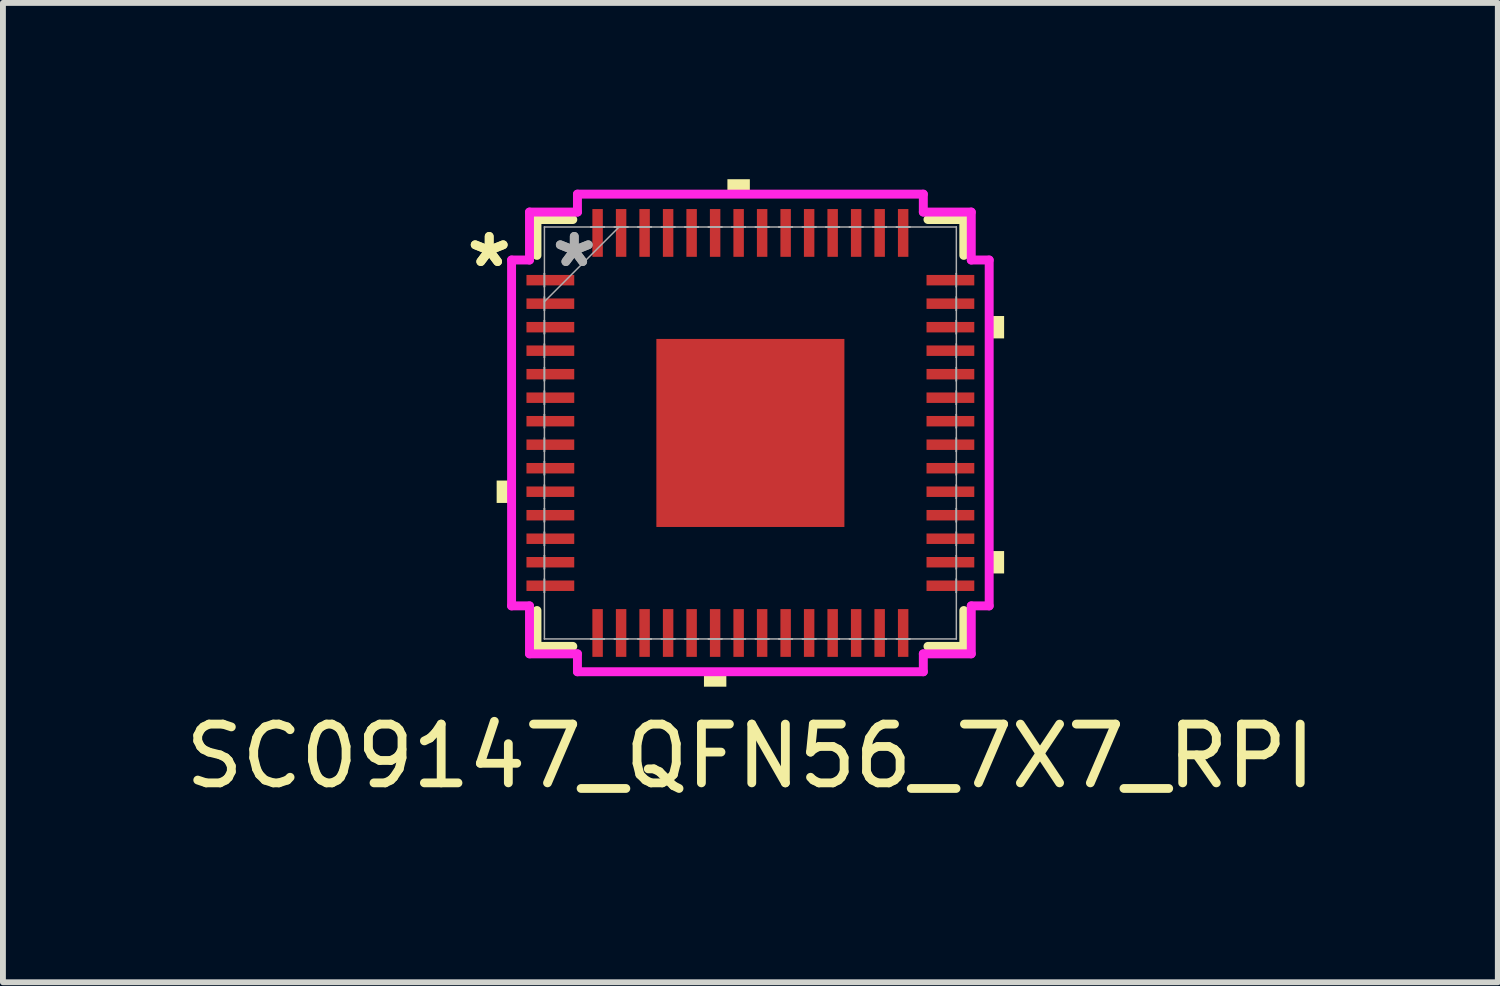
<source format=kicad_pcb>
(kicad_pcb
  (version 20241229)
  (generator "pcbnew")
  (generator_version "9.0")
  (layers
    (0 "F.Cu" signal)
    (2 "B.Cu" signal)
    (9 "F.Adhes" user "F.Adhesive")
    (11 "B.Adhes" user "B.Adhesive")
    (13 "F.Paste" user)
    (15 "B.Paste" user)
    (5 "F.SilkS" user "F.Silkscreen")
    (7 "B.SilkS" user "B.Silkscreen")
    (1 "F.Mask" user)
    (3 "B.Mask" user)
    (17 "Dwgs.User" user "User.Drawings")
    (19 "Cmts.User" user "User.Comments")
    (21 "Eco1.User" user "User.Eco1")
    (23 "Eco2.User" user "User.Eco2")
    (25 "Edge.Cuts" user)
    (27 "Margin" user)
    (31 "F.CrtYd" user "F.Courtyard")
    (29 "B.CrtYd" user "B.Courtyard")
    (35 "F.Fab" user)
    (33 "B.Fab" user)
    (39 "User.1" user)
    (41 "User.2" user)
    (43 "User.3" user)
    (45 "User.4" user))
  (footprint "SC09147_QFN56_7X7_RPI"
    (layer "F.Cu")
    (at 9.72 4.318)
    (property "Reference" "SC09147_QFN56_7X7_RPI" (at 0 5.5 0) (unlocked yes) (layer "F.SilkS") (effects (font (size 1 1) (thickness 0.15))))
    (attr smd)
    (fp_line (start -3.632 -3.632) (end -3.632 -3.022) (stroke (width 0.152) (type solid)) (layer "F.SilkS"))
    (fp_line (start -3.632 3.022) (end -3.632 3.632) (stroke (width 0.152) (type solid)) (layer "F.SilkS"))
    (fp_line (start -3.632 3.632) (end -3.022 3.632) (stroke (width 0.152) (type solid)) (layer "F.SilkS"))
    (fp_line (start -3.022 -3.632) (end -3.632 -3.632) (stroke (width 0.152) (type solid)) (layer "F.SilkS"))
    (fp_line (start 3.022 3.632) (end 3.632 3.632) (stroke (width 0.152) (type solid)) (layer "F.SilkS"))
    (fp_line (start 3.632 -3.632) (end 3.022 -3.632) (stroke (width 0.152) (type solid)) (layer "F.SilkS"))
    (fp_line (start 3.632 -3.022) (end 3.632 -3.632) (stroke (width 0.152) (type solid)) (layer "F.SilkS"))
    (fp_line (start 3.632 3.632) (end 3.632 3.022) (stroke (width 0.152) (type solid)) (layer "F.SilkS"))
    (fp_poly (pts (xy -4.318 0.81) (xy -4.318 1.191) (xy -4.064 1.191) (xy -4.064 0.81)) (stroke (width 0) (type solid)) (fill yes) (layer "F.SilkS"))
    (fp_poly (pts (xy -0.79 4.064) (xy -0.79 4.318) (xy -0.409 4.318) (xy -0.409 4.064)) (stroke (width 0) (type solid)) (fill yes) (layer "F.SilkS"))
    (fp_poly (pts (xy -0.391 -4.064) (xy -0.391 -4.318) (xy -0.009 -4.318) (xy -0.009 -4.064)) (stroke (width 0) (type solid)) (fill yes) (layer "F.SilkS"))
    (fp_poly (pts (xy 4.318 -1.99) (xy 4.318 -1.609) (xy 4.064 -1.609) (xy 4.064 -1.99)) (stroke (width 0) (type solid)) (fill yes) (layer "F.SilkS"))
    (fp_poly (pts (xy 4.318 2.01) (xy 4.318 2.391) (xy 4.064 2.391) (xy 4.064 2.01)) (stroke (width 0) (type solid)) (fill yes) (layer "F.SilkS"))
    (fp_poly (pts (xy -1.5 -1.5) (xy -1.5 -0.1) (xy -0.1 -0.1) (xy -0.1 -1.5)) (stroke (width 0) (type solid)) (fill yes) (layer "F.Paste"))
    (fp_poly (pts (xy -1.5 0.1) (xy -1.5 1.5) (xy -0.1 1.5) (xy -0.1 0.1)) (stroke (width 0) (type solid)) (fill yes) (layer "F.Paste"))
    (fp_poly (pts (xy 0.1 -1.5) (xy 0.1 -0.1) (xy 1.5 -0.1) (xy 1.5 -1.5)) (stroke (width 0) (type solid)) (fill yes) (layer "F.Paste"))
    (fp_poly (pts (xy 0.1 0.1) (xy 0.1 1.5) (xy 1.5 1.5) (xy 1.5 0.1)) (stroke (width 0) (type solid)) (fill yes) (layer "F.Paste"))
    (fp_line (start -4.064 -2.943) (end -3.759 -2.943) (stroke (width 0.152) (type solid)) (layer "F.CrtYd"))
    (fp_line (start -4.064 2.943) (end -4.064 -2.943) (stroke (width 0.152) (type solid)) (layer "F.CrtYd"))
    (fp_line (start -3.759 -3.759) (end -2.943 -3.759) (stroke (width 0.152) (type solid)) (layer "F.CrtYd"))
    (fp_line (start -3.759 -2.943) (end -3.759 -3.759) (stroke (width 0.152) (type solid)) (layer "F.CrtYd"))
    (fp_line (start -3.759 2.943) (end -4.064 2.943) (stroke (width 0.152) (type solid)) (layer "F.CrtYd"))
    (fp_line (start -3.759 3.759) (end -3.759 2.943) (stroke (width 0.152) (type solid)) (layer "F.CrtYd"))
    (fp_line (start -2.943 -4.064) (end 2.943 -4.064) (stroke (width 0.152) (type solid)) (layer "F.CrtYd"))
    (fp_line (start -2.943 -3.759) (end -2.943 -4.064) (stroke (width 0.152) (type solid)) (layer "F.CrtYd"))
    (fp_line (start -2.943 3.759) (end -3.759 3.759) (stroke (width 0.152) (type solid)) (layer "F.CrtYd"))
    (fp_line (start -2.943 4.064) (end -2.943 3.759) (stroke (width 0.152) (type solid)) (layer "F.CrtYd"))
    (fp_line (start 2.943 -4.064) (end 2.943 -3.759) (stroke (width 0.152) (type solid)) (layer "F.CrtYd"))
    (fp_line (start 2.943 -3.759) (end 3.759 -3.759) (stroke (width 0.152) (type solid)) (layer "F.CrtYd"))
    (fp_line (start 2.943 3.759) (end 2.943 4.064) (stroke (width 0.152) (type solid)) (layer "F.CrtYd"))
    (fp_line (start 2.943 4.064) (end -2.943 4.064) (stroke (width 0.152) (type solid)) (layer "F.CrtYd"))
    (fp_line (start 3.759 -3.759) (end 3.759 -2.943) (stroke (width 0.152) (type solid)) (layer "F.CrtYd"))
    (fp_line (start 3.759 -2.943) (end 4.064 -2.943) (stroke (width 0.152) (type solid)) (layer "F.CrtYd"))
    (fp_line (start 3.759 2.943) (end 3.759 3.759) (stroke (width 0.152) (type solid)) (layer "F.CrtYd"))
    (fp_line (start 3.759 3.759) (end 2.943 3.759) (stroke (width 0.152) (type solid)) (layer "F.CrtYd"))
    (fp_line (start 4.064 -2.943) (end 4.064 2.943) (stroke (width 0.152) (type solid)) (layer "F.CrtYd"))
    (fp_line (start 4.064 2.943) (end 3.759 2.943) (stroke (width 0.152) (type solid)) (layer "F.CrtYd"))
    (fp_line (start -3.505 -3.505) (end -3.505 -3.505) (stroke (width 0.025) (type solid)) (layer "F.Fab"))
    (fp_line (start -3.505 -3.505) (end -3.505 3.505) (stroke (width 0.025) (type solid)) (layer "F.Fab"))
    (fp_line (start -3.505 -2.714) (end -3.505 -2.714) (stroke (width 0.025) (type solid)) (layer "F.Fab"))
    (fp_line (start -3.505 -2.714) (end -3.505 -2.486) (stroke (width 0.025) (type solid)) (layer "F.Fab"))
    (fp_line (start -3.505 -2.486) (end -3.505 -2.714) (stroke (width 0.025) (type solid)) (layer "F.Fab"))
    (fp_line (start -3.505 -2.486) (end -3.505 -2.486) (stroke (width 0.025) (type solid)) (layer "F.Fab"))
    (fp_line (start -3.505 -2.314) (end -3.505 -2.314) (stroke (width 0.025) (type solid)) (layer "F.Fab"))
    (fp_line (start -3.505 -2.314) (end -3.505 -2.086) (stroke (width 0.025) (type solid)) (layer "F.Fab"))
    (fp_line (start -3.505 -2.235) (end -2.235 -3.505) (stroke (width 0.025) (type solid)) (layer "F.Fab"))
    (fp_line (start -3.505 -2.086) (end -3.505 -2.314) (stroke (width 0.025) (type solid)) (layer "F.Fab"))
    (fp_line (start -3.505 -2.086) (end -3.505 -2.086) (stroke (width 0.025) (type solid)) (layer "F.Fab"))
    (fp_line (start -3.505 -1.914) (end -3.505 -1.914) (stroke (width 0.025) (type solid)) (layer "F.Fab"))
    (fp_line (start -3.505 -1.914) (end -3.505 -1.686) (stroke (width 0.025) (type solid)) (layer "F.Fab"))
    (fp_line (start -3.505 -1.686) (end -3.505 -1.914) (stroke (width 0.025) (type solid)) (layer "F.Fab"))
    (fp_line (start -3.505 -1.686) (end -3.505 -1.686) (stroke (width 0.025) (type solid)) (layer "F.Fab"))
    (fp_line (start -3.505 -1.514) (end -3.505 -1.514) (stroke (width 0.025) (type solid)) (layer "F.Fab"))
    (fp_line (start -3.505 -1.514) (end -3.505 -1.286) (stroke (width 0.025) (type solid)) (layer "F.Fab"))
    (fp_line (start -3.505 -1.286) (end -3.505 -1.514) (stroke (width 0.025) (type solid)) (layer "F.Fab"))
    (fp_line (start -3.505 -1.286) (end -3.505 -1.286) (stroke (width 0.025) (type solid)) (layer "F.Fab"))
    (fp_line (start -3.505 -1.114) (end -3.505 -1.114) (stroke (width 0.025) (type solid)) (layer "F.Fab"))
    (fp_line (start -3.505 -1.114) (end -3.505 -0.886) (stroke (width 0.025) (type solid)) (layer "F.Fab"))
    (fp_line (start -3.505 -0.886) (end -3.505 -1.114) (stroke (width 0.025) (type solid)) (layer "F.Fab"))
    (fp_line (start -3.505 -0.886) (end -3.505 -0.886) (stroke (width 0.025) (type solid)) (layer "F.Fab"))
    (fp_line (start -3.505 -0.714) (end -3.505 -0.714) (stroke (width 0.025) (type solid)) (layer "F.Fab"))
    (fp_line (start -3.505 -0.714) (end -3.505 -0.486) (stroke (width 0.025) (type solid)) (layer "F.Fab"))
    (fp_line (start -3.505 -0.486) (end -3.505 -0.714) (stroke (width 0.025) (type solid)) (layer "F.Fab"))
    (fp_line (start -3.505 -0.486) (end -3.505 -0.486) (stroke (width 0.025) (type solid)) (layer "F.Fab"))
    (fp_line (start -3.505 -0.314) (end -3.505 -0.314) (stroke (width 0.025) (type solid)) (layer "F.Fab"))
    (fp_line (start -3.505 -0.314) (end -3.505 -0.086) (stroke (width 0.025) (type solid)) (layer "F.Fab"))
    (fp_line (start -3.505 -0.086) (end -3.505 -0.314) (stroke (width 0.025) (type solid)) (layer "F.Fab"))
    (fp_line (start -3.505 -0.086) (end -3.505 -0.086) (stroke (width 0.025) (type solid)) (layer "F.Fab"))
    (fp_line (start -3.505 0.086) (end -3.505 0.086) (stroke (width 0.025) (type solid)) (layer "F.Fab"))
    (fp_line (start -3.505 0.086) (end -3.505 0.314) (stroke (width 0.025) (type solid)) (layer "F.Fab"))
    (fp_line (start -3.505 0.314) (end -3.505 0.086) (stroke (width 0.025) (type solid)) (layer "F.Fab"))
    (fp_line (start -3.505 0.314) (end -3.505 0.314) (stroke (width 0.025) (type solid)) (layer "F.Fab"))
    (fp_line (start -3.505 0.486) (end -3.505 0.486) (stroke (width 0.025) (type solid)) (layer "F.Fab"))
    (fp_line (start -3.505 0.486) (end -3.505 0.714) (stroke (width 0.025) (type solid)) (layer "F.Fab"))
    (fp_line (start -3.505 0.714) (end -3.505 0.486) (stroke (width 0.025) (type solid)) (layer "F.Fab"))
    (fp_line (start -3.505 0.714) (end -3.505 0.714) (stroke (width 0.025) (type solid)) (layer "F.Fab"))
    (fp_line (start -3.505 0.886) (end -3.505 0.886) (stroke (width 0.025) (type solid)) (layer "F.Fab"))
    (fp_line (start -3.505 0.886) (end -3.505 1.114) (stroke (width 0.025) (type solid)) (layer "F.Fab"))
    (fp_line (start -3.505 1.114) (end -3.505 0.886) (stroke (width 0.025) (type solid)) (layer "F.Fab"))
    (fp_line (start -3.505 1.114) (end -3.505 1.114) (stroke (width 0.025) (type solid)) (layer "F.Fab"))
    (fp_line (start -3.505 1.286) (end -3.505 1.286) (stroke (width 0.025) (type solid)) (layer "F.Fab"))
    (fp_line (start -3.505 1.286) (end -3.505 1.514) (stroke (width 0.025) (type solid)) (layer "F.Fab"))
    (fp_line (start -3.505 1.514) (end -3.505 1.286) (stroke (width 0.025) (type solid)) (layer "F.Fab"))
    (fp_line (start -3.505 1.514) (end -3.505 1.514) (stroke (width 0.025) (type solid)) (layer "F.Fab"))
    (fp_line (start -3.505 1.686) (end -3.505 1.686) (stroke (width 0.025) (type solid)) (layer "F.Fab"))
    (fp_line (start -3.505 1.686) (end -3.505 1.914) (stroke (width 0.025) (type solid)) (layer "F.Fab"))
    (fp_line (start -3.505 1.914) (end -3.505 1.686) (stroke (width 0.025) (type solid)) (layer "F.Fab"))
    (fp_line (start -3.505 1.914) (end -3.505 1.914) (stroke (width 0.025) (type solid)) (layer "F.Fab"))
    (fp_line (start -3.505 2.086) (end -3.505 2.086) (stroke (width 0.025) (type solid)) (layer "F.Fab"))
    (fp_line (start -3.505 2.086) (end -3.505 2.314) (stroke (width 0.025) (type solid)) (layer "F.Fab"))
    (fp_line (start -3.505 2.314) (end -3.505 2.086) (stroke (width 0.025) (type solid)) (layer "F.Fab"))
    (fp_line (start -3.505 2.314) (end -3.505 2.314) (stroke (width 0.025) (type solid)) (layer "F.Fab"))
    (fp_line (start -3.505 2.486) (end -3.505 2.486) (stroke (width 0.025) (type solid)) (layer "F.Fab"))
    (fp_line (start -3.505 2.486) (end -3.505 2.714) (stroke (width 0.025) (type solid)) (layer "F.Fab"))
    (fp_line (start -3.505 2.714) (end -3.505 2.486) (stroke (width 0.025) (type solid)) (layer "F.Fab"))
    (fp_line (start -3.505 2.714) (end -3.505 2.714) (stroke (width 0.025) (type solid)) (layer "F.Fab"))
    (fp_line (start -3.505 3.505) (end -3.505 3.505) (stroke (width 0.025) (type solid)) (layer "F.Fab"))
    (fp_line (start -3.505 3.505) (end 3.505 3.505) (stroke (width 0.025) (type solid)) (layer "F.Fab"))
    (fp_line (start -2.714 -3.505) (end -2.714 -3.505) (stroke (width 0.025) (type solid)) (layer "F.Fab"))
    (fp_line (start -2.714 -3.505) (end -2.486 -3.505) (stroke (width 0.025) (type solid)) (layer "F.Fab"))
    (fp_line (start -2.714 3.505) (end -2.714 3.505) (stroke (width 0.025) (type solid)) (layer "F.Fab"))
    (fp_line (start -2.714 3.505) (end -2.486 3.505) (stroke (width 0.025) (type solid)) (layer "F.Fab"))
    (fp_line (start -2.486 -3.505) (end -2.714 -3.505) (stroke (width 0.025) (type solid)) (layer "F.Fab"))
    (fp_line (start -2.486 -3.505) (end -2.486 -3.505) (stroke (width 0.025) (type solid)) (layer "F.Fab"))
    (fp_line (start -2.486 3.505) (end -2.714 3.505) (stroke (width 0.025) (type solid)) (layer "F.Fab"))
    (fp_line (start -2.486 3.505) (end -2.486 3.505) (stroke (width 0.025) (type solid)) (layer "F.Fab"))
    (fp_line (start -2.314 -3.505) (end -2.314 -3.505) (stroke (width 0.025) (type solid)) (layer "F.Fab"))
    (fp_line (start -2.314 -3.505) (end -2.086 -3.505) (stroke (width 0.025) (type solid)) (layer "F.Fab"))
    (fp_line (start -2.314 3.505) (end -2.314 3.505) (stroke (width 0.025) (type solid)) (layer "F.Fab"))
    (fp_line (start -2.314 3.505) (end -2.086 3.505) (stroke (width 0.025) (type solid)) (layer "F.Fab"))
    (fp_line (start -2.086 -3.505) (end -2.314 -3.505) (stroke (width 0.025) (type solid)) (layer "F.Fab"))
    (fp_line (start -2.086 -3.505) (end -2.086 -3.505) (stroke (width 0.025) (type solid)) (layer "F.Fab"))
    (fp_line (start -2.086 3.505) (end -2.314 3.505) (stroke (width 0.025) (type solid)) (layer "F.Fab"))
    (fp_line (start -2.086 3.505) (end -2.086 3.505) (stroke (width 0.025) (type solid)) (layer "F.Fab"))
    (fp_line (start -1.914 -3.505) (end -1.914 -3.505) (stroke (width 0.025) (type solid)) (layer "F.Fab"))
    (fp_line (start -1.914 -3.505) (end -1.686 -3.505) (stroke (width 0.025) (type solid)) (layer "F.Fab"))
    (fp_line (start -1.914 3.505) (end -1.914 3.505) (stroke (width 0.025) (type solid)) (layer "F.Fab"))
    (fp_line (start -1.914 3.505) (end -1.686 3.505) (stroke (width 0.025) (type solid)) (layer "F.Fab"))
    (fp_line (start -1.686 -3.505) (end -1.914 -3.505) (stroke (width 0.025) (type solid)) (layer "F.Fab"))
    (fp_line (start -1.686 -3.505) (end -1.686 -3.505) (stroke (width 0.025) (type solid)) (layer "F.Fab"))
    (fp_line (start -1.686 3.505) (end -1.914 3.505) (stroke (width 0.025) (type solid)) (layer "F.Fab"))
    (fp_line (start -1.686 3.505) (end -1.686 3.505) (stroke (width 0.025) (type solid)) (layer "F.Fab"))
    (fp_line (start -1.514 -3.505) (end -1.514 -3.505) (stroke (width 0.025) (type solid)) (layer "F.Fab"))
    (fp_line (start -1.514 -3.505) (end -1.286 -3.505) (stroke (width 0.025) (type solid)) (layer "F.Fab"))
    (fp_line (start -1.514 3.505) (end -1.514 3.505) (stroke (width 0.025) (type solid)) (layer "F.Fab"))
    (fp_line (start -1.514 3.505) (end -1.286 3.505) (stroke (width 0.025) (type solid)) (layer "F.Fab"))
    (fp_line (start -1.286 -3.505) (end -1.514 -3.505) (stroke (width 0.025) (type solid)) (layer "F.Fab"))
    (fp_line (start -1.286 -3.505) (end -1.286 -3.505) (stroke (width 0.025) (type solid)) (layer "F.Fab"))
    (fp_line (start -1.286 3.505) (end -1.514 3.505) (stroke (width 0.025) (type solid)) (layer "F.Fab"))
    (fp_line (start -1.286 3.505) (end -1.286 3.505) (stroke (width 0.025) (type solid)) (layer "F.Fab"))
    (fp_line (start -1.114 -3.505) (end -1.114 -3.505) (stroke (width 0.025) (type solid)) (layer "F.Fab"))
    (fp_line (start -1.114 -3.505) (end -0.886 -3.505) (stroke (width 0.025) (type solid)) (layer "F.Fab"))
    (fp_line (start -1.114 3.505) (end -1.114 3.505) (stroke (width 0.025) (type solid)) (layer "F.Fab"))
    (fp_line (start -1.114 3.505) (end -0.886 3.505) (stroke (width 0.025) (type solid)) (layer "F.Fab"))
    (fp_line (start -0.886 -3.505) (end -1.114 -3.505) (stroke (width 0.025) (type solid)) (layer "F.Fab"))
    (fp_line (start -0.886 -3.505) (end -0.886 -3.505) (stroke (width 0.025) (type solid)) (layer "F.Fab"))
    (fp_line (start -0.886 3.505) (end -1.114 3.505) (stroke (width 0.025) (type solid)) (layer "F.Fab"))
    (fp_line (start -0.886 3.505) (end -0.886 3.505) (stroke (width 0.025) (type solid)) (layer "F.Fab"))
    (fp_line (start -0.714 -3.505) (end -0.714 -3.505) (stroke (width 0.025) (type solid)) (layer "F.Fab"))
    (fp_line (start -0.714 -3.505) (end -0.486 -3.505) (stroke (width 0.025) (type solid)) (layer "F.Fab"))
    (fp_line (start -0.714 3.505) (end -0.714 3.505) (stroke (width 0.025) (type solid)) (layer "F.Fab"))
    (fp_line (start -0.714 3.505) (end -0.486 3.505) (stroke (width 0.025) (type solid)) (layer "F.Fab"))
    (fp_line (start -0.486 -3.505) (end -0.714 -3.505) (stroke (width 0.025) (type solid)) (layer "F.Fab"))
    (fp_line (start -0.486 -3.505) (end -0.486 -3.505) (stroke (width 0.025) (type solid)) (layer "F.Fab"))
    (fp_line (start -0.486 3.505) (end -0.714 3.505) (stroke (width 0.025) (type solid)) (layer "F.Fab"))
    (fp_line (start -0.486 3.505) (end -0.486 3.505) (stroke (width 0.025) (type solid)) (layer "F.Fab"))
    (fp_line (start -0.314 -3.505) (end -0.314 -3.505) (stroke (width 0.025) (type solid)) (layer "F.Fab"))
    (fp_line (start -0.314 -3.505) (end -0.086 -3.505) (stroke (width 0.025) (type solid)) (layer "F.Fab"))
    (fp_line (start -0.314 3.505) (end -0.314 3.505) (stroke (width 0.025) (type solid)) (layer "F.Fab"))
    (fp_line (start -0.314 3.505) (end -0.086 3.505) (stroke (width 0.025) (type solid)) (layer "F.Fab"))
    (fp_line (start -0.086 -3.505) (end -0.314 -3.505) (stroke (width 0.025) (type solid)) (layer "F.Fab"))
    (fp_line (start -0.086 -3.505) (end -0.086 -3.505) (stroke (width 0.025) (type solid)) (layer "F.Fab"))
    (fp_line (start -0.086 3.505) (end -0.314 3.505) (stroke (width 0.025) (type solid)) (layer "F.Fab"))
    (fp_line (start -0.086 3.505) (end -0.086 3.505) (stroke (width 0.025) (type solid)) (layer "F.Fab"))
    (fp_line (start 0.086 -3.505) (end 0.086 -3.505) (stroke (width 0.025) (type solid)) (layer "F.Fab"))
    (fp_line (start 0.086 -3.505) (end 0.314 -3.505) (stroke (width 0.025) (type solid)) (layer "F.Fab"))
    (fp_line (start 0.086 3.505) (end 0.086 3.505) (stroke (width 0.025) (type solid)) (layer "F.Fab"))
    (fp_line (start 0.086 3.505) (end 0.314 3.505) (stroke (width 0.025) (type solid)) (layer "F.Fab"))
    (fp_line (start 0.314 -3.505) (end 0.086 -3.505) (stroke (width 0.025) (type solid)) (layer "F.Fab"))
    (fp_line (start 0.314 -3.505) (end 0.314 -3.505) (stroke (width 0.025) (type solid)) (layer "F.Fab"))
    (fp_line (start 0.314 3.505) (end 0.086 3.505) (stroke (width 0.025) (type solid)) (layer "F.Fab"))
    (fp_line (start 0.314 3.505) (end 0.314 3.505) (stroke (width 0.025) (type solid)) (layer "F.Fab"))
    (fp_line (start 0.486 -3.505) (end 0.486 -3.505) (stroke (width 0.025) (type solid)) (layer "F.Fab"))
    (fp_line (start 0.486 -3.505) (end 0.714 -3.505) (stroke (width 0.025) (type solid)) (layer "F.Fab"))
    (fp_line (start 0.486 3.505) (end 0.486 3.505) (stroke (width 0.025) (type solid)) (layer "F.Fab"))
    (fp_line (start 0.486 3.505) (end 0.714 3.505) (stroke (width 0.025) (type solid)) (layer "F.Fab"))
    (fp_line (start 0.714 -3.505) (end 0.486 -3.505) (stroke (width 0.025) (type solid)) (layer "F.Fab"))
    (fp_line (start 0.714 -3.505) (end 0.714 -3.505) (stroke (width 0.025) (type solid)) (layer "F.Fab"))
    (fp_line (start 0.714 3.505) (end 0.486 3.505) (stroke (width 0.025) (type solid)) (layer "F.Fab"))
    (fp_line (start 0.714 3.505) (end 0.714 3.505) (stroke (width 0.025) (type solid)) (layer "F.Fab"))
    (fp_line (start 0.886 -3.505) (end 0.886 -3.505) (stroke (width 0.025) (type solid)) (layer "F.Fab"))
    (fp_line (start 0.886 -3.505) (end 1.114 -3.505) (stroke (width 0.025) (type solid)) (layer "F.Fab"))
    (fp_line (start 0.886 3.505) (end 0.886 3.505) (stroke (width 0.025) (type solid)) (layer "F.Fab"))
    (fp_line (start 0.886 3.505) (end 1.114 3.505) (stroke (width 0.025) (type solid)) (layer "F.Fab"))
    (fp_line (start 1.114 -3.505) (end 0.886 -3.505) (stroke (width 0.025) (type solid)) (layer "F.Fab"))
    (fp_line (start 1.114 -3.505) (end 1.114 -3.505) (stroke (width 0.025) (type solid)) (layer "F.Fab"))
    (fp_line (start 1.114 3.505) (end 0.886 3.505) (stroke (width 0.025) (type solid)) (layer "F.Fab"))
    (fp_line (start 1.114 3.505) (end 1.114 3.505) (stroke (width 0.025) (type solid)) (layer "F.Fab"))
    (fp_line (start 1.286 -3.505) (end 1.286 -3.505) (stroke (width 0.025) (type solid)) (layer "F.Fab"))
    (fp_line (start 1.286 -3.505) (end 1.514 -3.505) (stroke (width 0.025) (type solid)) (layer "F.Fab"))
    (fp_line (start 1.286 3.505) (end 1.286 3.505) (stroke (width 0.025) (type solid)) (layer "F.Fab"))
    (fp_line (start 1.286 3.505) (end 1.514 3.505) (stroke (width 0.025) (type solid)) (layer "F.Fab"))
    (fp_line (start 1.514 -3.505) (end 1.286 -3.505) (stroke (width 0.025) (type solid)) (layer "F.Fab"))
    (fp_line (start 1.514 -3.505) (end 1.514 -3.505) (stroke (width 0.025) (type solid)) (layer "F.Fab"))
    (fp_line (start 1.514 3.505) (end 1.286 3.505) (stroke (width 0.025) (type solid)) (layer "F.Fab"))
    (fp_line (start 1.514 3.505) (end 1.514 3.505) (stroke (width 0.025) (type solid)) (layer "F.Fab"))
    (fp_line (start 1.686 -3.505) (end 1.686 -3.505) (stroke (width 0.025) (type solid)) (layer "F.Fab"))
    (fp_line (start 1.686 -3.505) (end 1.914 -3.505) (stroke (width 0.025) (type solid)) (layer "F.Fab"))
    (fp_line (start 1.686 3.505) (end 1.686 3.505) (stroke (width 0.025) (type solid)) (layer "F.Fab"))
    (fp_line (start 1.686 3.505) (end 1.914 3.505) (stroke (width 0.025) (type solid)) (layer "F.Fab"))
    (fp_line (start 1.914 -3.505) (end 1.686 -3.505) (stroke (width 0.025) (type solid)) (layer "F.Fab"))
    (fp_line (start 1.914 -3.505) (end 1.914 -3.505) (stroke (width 0.025) (type solid)) (layer "F.Fab"))
    (fp_line (start 1.914 3.505) (end 1.686 3.505) (stroke (width 0.025) (type solid)) (layer "F.Fab"))
    (fp_line (start 1.914 3.505) (end 1.914 3.505) (stroke (width 0.025) (type solid)) (layer "F.Fab"))
    (fp_line (start 2.086 -3.505) (end 2.086 -3.505) (stroke (width 0.025) (type solid)) (layer "F.Fab"))
    (fp_line (start 2.086 -3.505) (end 2.314 -3.505) (stroke (width 0.025) (type solid)) (layer "F.Fab"))
    (fp_line (start 2.086 3.505) (end 2.086 3.505) (stroke (width 0.025) (type solid)) (layer "F.Fab"))
    (fp_line (start 2.086 3.505) (end 2.314 3.505) (stroke (width 0.025) (type solid)) (layer "F.Fab"))
    (fp_line (start 2.314 -3.505) (end 2.086 -3.505) (stroke (width 0.025) (type solid)) (layer "F.Fab"))
    (fp_line (start 2.314 -3.505) (end 2.314 -3.505) (stroke (width 0.025) (type solid)) (layer "F.Fab"))
    (fp_line (start 2.314 3.505) (end 2.086 3.505) (stroke (width 0.025) (type solid)) (layer "F.Fab"))
    (fp_line (start 2.314 3.505) (end 2.314 3.505) (stroke (width 0.025) (type solid)) (layer "F.Fab"))
    (fp_line (start 2.486 -3.505) (end 2.486 -3.505) (stroke (width 0.025) (type solid)) (layer "F.Fab"))
    (fp_line (start 2.486 -3.505) (end 2.714 -3.505) (stroke (width 0.025) (type solid)) (layer "F.Fab"))
    (fp_line (start 2.486 3.505) (end 2.486 3.505) (stroke (width 0.025) (type solid)) (layer "F.Fab"))
    (fp_line (start 2.486 3.505) (end 2.714 3.505) (stroke (width 0.025) (type solid)) (layer "F.Fab"))
    (fp_line (start 2.714 -3.505) (end 2.486 -3.505) (stroke (width 0.025) (type solid)) (layer "F.Fab"))
    (fp_line (start 2.714 -3.505) (end 2.714 -3.505) (stroke (width 0.025) (type solid)) (layer "F.Fab"))
    (fp_line (start 2.714 3.505) (end 2.486 3.505) (stroke (width 0.025) (type solid)) (layer "F.Fab"))
    (fp_line (start 2.714 3.505) (end 2.714 3.505) (stroke (width 0.025) (type solid)) (layer "F.Fab"))
    (fp_line (start 3.505 -3.505) (end -3.505 -3.505) (stroke (width 0.025) (type solid)) (layer "F.Fab"))
    (fp_line (start 3.505 -3.505) (end 3.505 -3.505) (stroke (width 0.025) (type solid)) (layer "F.Fab"))
    (fp_line (start 3.505 -2.714) (end 3.505 -2.714) (stroke (width 0.025) (type solid)) (layer "F.Fab"))
    (fp_line (start 3.505 -2.714) (end 3.505 -2.486) (stroke (width 0.025) (type solid)) (layer "F.Fab"))
    (fp_line (start 3.505 -2.486) (end 3.505 -2.714) (stroke (width 0.025) (type solid)) (layer "F.Fab"))
    (fp_line (start 3.505 -2.486) (end 3.505 -2.486) (stroke (width 0.025) (type solid)) (layer "F.Fab"))
    (fp_line (start 3.505 -2.314) (end 3.505 -2.314) (stroke (width 0.025) (type solid)) (layer "F.Fab"))
    (fp_line (start 3.505 -2.314) (end 3.505 -2.086) (stroke (width 0.025) (type solid)) (layer "F.Fab"))
    (fp_line (start 3.505 -2.086) (end 3.505 -2.314) (stroke (width 0.025) (type solid)) (layer "F.Fab"))
    (fp_line (start 3.505 -2.086) (end 3.505 -2.086) (stroke (width 0.025) (type solid)) (layer "F.Fab"))
    (fp_line (start 3.505 -1.914) (end 3.505 -1.914) (stroke (width 0.025) (type solid)) (layer "F.Fab"))
    (fp_line (start 3.505 -1.914) (end 3.505 -1.686) (stroke (width 0.025) (type solid)) (layer "F.Fab"))
    (fp_line (start 3.505 -1.686) (end 3.505 -1.914) (stroke (width 0.025) (type solid)) (layer "F.Fab"))
    (fp_line (start 3.505 -1.686) (end 3.505 -1.686) (stroke (width 0.025) (type solid)) (layer "F.Fab"))
    (fp_line (start 3.505 -1.514) (end 3.505 -1.514) (stroke (width 0.025) (type solid)) (layer "F.Fab"))
    (fp_line (start 3.505 -1.514) (end 3.505 -1.286) (stroke (width 0.025) (type solid)) (layer "F.Fab"))
    (fp_line (start 3.505 -1.286) (end 3.505 -1.514) (stroke (width 0.025) (type solid)) (layer "F.Fab"))
    (fp_line (start 3.505 -1.286) (end 3.505 -1.286) (stroke (width 0.025) (type solid)) (layer "F.Fab"))
    (fp_line (start 3.505 -1.114) (end 3.505 -1.114) (stroke (width 0.025) (type solid)) (layer "F.Fab"))
    (fp_line (start 3.505 -1.114) (end 3.505 -0.886) (stroke (width 0.025) (type solid)) (layer "F.Fab"))
    (fp_line (start 3.505 -0.886) (end 3.505 -1.114) (stroke (width 0.025) (type solid)) (layer "F.Fab"))
    (fp_line (start 3.505 -0.886) (end 3.505 -0.886) (stroke (width 0.025) (type solid)) (layer "F.Fab"))
    (fp_line (start 3.505 -0.714) (end 3.505 -0.714) (stroke (width 0.025) (type solid)) (layer "F.Fab"))
    (fp_line (start 3.505 -0.714) (end 3.505 -0.486) (stroke (width 0.025) (type solid)) (layer "F.Fab"))
    (fp_line (start 3.505 -0.486) (end 3.505 -0.714) (stroke (width 0.025) (type solid)) (layer "F.Fab"))
    (fp_line (start 3.505 -0.486) (end 3.505 -0.486) (stroke (width 0.025) (type solid)) (layer "F.Fab"))
    (fp_line (start 3.505 -0.314) (end 3.505 -0.314) (stroke (width 0.025) (type solid)) (layer "F.Fab"))
    (fp_line (start 3.505 -0.314) (end 3.505 -0.086) (stroke (width 0.025) (type solid)) (layer "F.Fab"))
    (fp_line (start 3.505 -0.086) (end 3.505 -0.314) (stroke (width 0.025) (type solid)) (layer "F.Fab"))
    (fp_line (start 3.505 -0.086) (end 3.505 -0.086) (stroke (width 0.025) (type solid)) (layer "F.Fab"))
    (fp_line (start 3.505 0.086) (end 3.505 0.086) (stroke (width 0.025) (type solid)) (layer "F.Fab"))
    (fp_line (start 3.505 0.086) (end 3.505 0.314) (stroke (width 0.025) (type solid)) (layer "F.Fab"))
    (fp_line (start 3.505 0.314) (end 3.505 0.086) (stroke (width 0.025) (type solid)) (layer "F.Fab"))
    (fp_line (start 3.505 0.314) (end 3.505 0.314) (stroke (width 0.025) (type solid)) (layer "F.Fab"))
    (fp_line (start 3.505 0.486) (end 3.505 0.486) (stroke (width 0.025) (type solid)) (layer "F.Fab"))
    (fp_line (start 3.505 0.486) (end 3.505 0.714) (stroke (width 0.025) (type solid)) (layer "F.Fab"))
    (fp_line (start 3.505 0.714) (end 3.505 0.486) (stroke (width 0.025) (type solid)) (layer "F.Fab"))
    (fp_line (start 3.505 0.714) (end 3.505 0.714) (stroke (width 0.025) (type solid)) (layer "F.Fab"))
    (fp_line (start 3.505 0.886) (end 3.505 0.886) (stroke (width 0.025) (type solid)) (layer "F.Fab"))
    (fp_line (start 3.505 0.886) (end 3.505 1.114) (stroke (width 0.025) (type solid)) (layer "F.Fab"))
    (fp_line (start 3.505 1.114) (end 3.505 0.886) (stroke (width 0.025) (type solid)) (layer "F.Fab"))
    (fp_line (start 3.505 1.114) (end 3.505 1.114) (stroke (width 0.025) (type solid)) (layer "F.Fab"))
    (fp_line (start 3.505 1.286) (end 3.505 1.286) (stroke (width 0.025) (type solid)) (layer "F.Fab"))
    (fp_line (start 3.505 1.286) (end 3.505 1.514) (stroke (width 0.025) (type solid)) (layer "F.Fab"))
    (fp_line (start 3.505 1.514) (end 3.505 1.286) (stroke (width 0.025) (type solid)) (layer "F.Fab"))
    (fp_line (start 3.505 1.514) (end 3.505 1.514) (stroke (width 0.025) (type solid)) (layer "F.Fab"))
    (fp_line (start 3.505 1.686) (end 3.505 1.686) (stroke (width 0.025) (type solid)) (layer "F.Fab"))
    (fp_line (start 3.505 1.686) (end 3.505 1.914) (stroke (width 0.025) (type solid)) (layer "F.Fab"))
    (fp_line (start 3.505 1.914) (end 3.505 1.686) (stroke (width 0.025) (type solid)) (layer "F.Fab"))
    (fp_line (start 3.505 1.914) (end 3.505 1.914) (stroke (width 0.025) (type solid)) (layer "F.Fab"))
    (fp_line (start 3.505 2.086) (end 3.505 2.086) (stroke (width 0.025) (type solid)) (layer "F.Fab"))
    (fp_line (start 3.505 2.086) (end 3.505 2.314) (stroke (width 0.025) (type solid)) (layer "F.Fab"))
    (fp_line (start 3.505 2.314) (end 3.505 2.086) (stroke (width 0.025) (type solid)) (layer "F.Fab"))
    (fp_line (start 3.505 2.314) (end 3.505 2.314) (stroke (width 0.025) (type solid)) (layer "F.Fab"))
    (fp_line (start 3.505 2.486) (end 3.505 2.486) (stroke (width 0.025) (type solid)) (layer "F.Fab"))
    (fp_line (start 3.505 2.486) (end 3.505 2.714) (stroke (width 0.025) (type solid)) (layer "F.Fab"))
    (fp_line (start 3.505 2.714) (end 3.505 2.486) (stroke (width 0.025) (type solid)) (layer "F.Fab"))
    (fp_line (start 3.505 2.714) (end 3.505 2.714) (stroke (width 0.025) (type solid)) (layer "F.Fab"))
    (fp_line (start 3.505 3.505) (end 3.505 -3.505) (stroke (width 0.025) (type solid)) (layer "F.Fab"))
    (fp_line (start 3.505 3.505) (end 3.505 3.505) (stroke (width 0.025) (type solid)) (layer "F.Fab"))
    (fp_text user "*" (at -4.445 -2.8 0) (layer "F.SilkS") (effects (font (size 1 1) (thickness 0.15))))
    (fp_text user "*" (at -4.445 -2.8 0) (unlocked yes) (layer "F.SilkS") (effects (font (size 1 1) (thickness 0.15))))
    (fp_text user "*" (at -2.997 -2.8 0) (layer "F.Fab") (effects (font (size 1 1) (thickness 0.15))))
    (fp_text user "*" (at -2.997 -2.8 0) (unlocked yes) (layer "F.Fab") (effects (font (size 1 1) (thickness 0.15))))
    (pad "1" smd rect (at -3.404 -2.6 90) (size 0.178 0.813) (layers "F.Cu" "F.Mask" "F.Paste"))
    (pad "2" smd rect (at -3.404 -2.2 90) (size 0.178 0.813) (layers "F.Cu" "F.Mask" "F.Paste"))
    (pad "3" smd rect (at -3.404 -1.8 90) (size 0.178 0.813) (layers "F.Cu" "F.Mask" "F.Paste"))
    (pad "4" smd rect (at -3.404 -1.4 90) (size 0.178 0.813) (layers "F.Cu" "F.Mask" "F.Paste"))
    (pad "5" smd rect (at -3.404 -1 90) (size 0.178 0.813) (layers "F.Cu" "F.Mask" "F.Paste"))
    (pad "6" smd rect (at -3.404 -0.6 90) (size 0.178 0.813) (layers "F.Cu" "F.Mask" "F.Paste"))
    (pad "7" smd rect (at -3.404 -0.2 90) (size 0.178 0.813) (layers "F.Cu" "F.Mask" "F.Paste"))
    (pad "8" smd rect (at -3.404 0.2 90) (size 0.178 0.813) (layers "F.Cu" "F.Mask" "F.Paste"))
    (pad "9" smd rect (at -3.404 0.6 90) (size 0.178 0.813) (layers "F.Cu" "F.Mask" "F.Paste"))
    (pad "10" smd rect (at -3.404 1 90) (size 0.178 0.813) (layers "F.Cu" "F.Mask" "F.Paste"))
    (pad "11" smd rect (at -3.404 1.4 90) (size 0.178 0.813) (layers "F.Cu" "F.Mask" "F.Paste"))
    (pad "12" smd rect (at -3.404 1.8 90) (size 0.178 0.813) (layers "F.Cu" "F.Mask" "F.Paste"))
    (pad "13" smd rect (at -3.404 2.2 90) (size 0.178 0.813) (layers "F.Cu" "F.Mask" "F.Paste"))
    (pad "14" smd rect (at -3.404 2.6 90) (size 0.178 0.813) (layers "F.Cu" "F.Mask" "F.Paste"))
    (pad "15" smd rect (at -2.6 3.404) (size 0.178 0.813) (layers "F.Cu" "F.Mask" "F.Paste"))
    (pad "16" smd rect (at -2.2 3.404) (size 0.178 0.813) (layers "F.Cu" "F.Mask" "F.Paste"))
    (pad "17" smd rect (at -1.8 3.404) (size 0.178 0.813) (layers "F.Cu" "F.Mask" "F.Paste"))
    (pad "18" smd rect (at -1.4 3.404) (size 0.178 0.813) (layers "F.Cu" "F.Mask" "F.Paste"))
    (pad "19" smd rect (at -1 3.404) (size 0.178 0.813) (layers "F.Cu" "F.Mask" "F.Paste"))
    (pad "20" smd rect (at -0.6 3.404) (size 0.178 0.813) (layers "F.Cu" "F.Mask" "F.Paste"))
    (pad "21" smd rect (at -0.2 3.404) (size 0.178 0.813) (layers "F.Cu" "F.Mask" "F.Paste"))
    (pad "22" smd rect (at 0.2 3.404) (size 0.178 0.813) (layers "F.Cu" "F.Mask" "F.Paste"))
    (pad "23" smd rect (at 0.6 3.404) (size 0.178 0.813) (layers "F.Cu" "F.Mask" "F.Paste"))
    (pad "24" smd rect (at 1 3.404) (size 0.178 0.813) (layers "F.Cu" "F.Mask" "F.Paste"))
    (pad "25" smd rect (at 1.4 3.404) (size 0.178 0.813) (layers "F.Cu" "F.Mask" "F.Paste"))
    (pad "26" smd rect (at 1.8 3.404) (size 0.178 0.813) (layers "F.Cu" "F.Mask" "F.Paste"))
    (pad "27" smd rect (at 2.2 3.404) (size 0.178 0.813) (layers "F.Cu" "F.Mask" "F.Paste"))
    (pad "28" smd rect (at 2.6 3.404) (size 0.178 0.813) (layers "F.Cu" "F.Mask" "F.Paste"))
    (pad "29" smd rect (at 3.404 2.6 90) (size 0.178 0.813) (layers "F.Cu" "F.Mask" "F.Paste"))
    (pad "30" smd rect (at 3.404 2.2 90) (size 0.178 0.813) (layers "F.Cu" "F.Mask" "F.Paste"))
    (pad "31" smd rect (at 3.404 1.8 90) (size 0.178 0.813) (layers "F.Cu" "F.Mask" "F.Paste"))
    (pad "32" smd rect (at 3.404 1.4 90) (size 0.178 0.813) (layers "F.Cu" "F.Mask" "F.Paste"))
    (pad "33" smd rect (at 3.404 1 90) (size 0.178 0.813) (layers "F.Cu" "F.Mask" "F.Paste"))
    (pad "34" smd rect (at 3.404 0.6 90) (size 0.178 0.813) (layers "F.Cu" "F.Mask" "F.Paste"))
    (pad "35" smd rect (at 3.404 0.2 90) (size 0.178 0.813) (layers "F.Cu" "F.Mask" "F.Paste"))
    (pad "36" smd rect (at 3.404 -0.2 90) (size 0.178 0.813) (layers "F.Cu" "F.Mask" "F.Paste"))
    (pad "37" smd rect (at 3.404 -0.6 90) (size 0.178 0.813) (layers "F.Cu" "F.Mask" "F.Paste"))
    (pad "38" smd rect (at 3.404 -1 90) (size 0.178 0.813) (layers "F.Cu" "F.Mask" "F.Paste"))
    (pad "39" smd rect (at 3.404 -1.4 90) (size 0.178 0.813) (layers "F.Cu" "F.Mask" "F.Paste"))
    (pad "40" smd rect (at 3.404 -1.8 90) (size 0.178 0.813) (layers "F.Cu" "F.Mask" "F.Paste"))
    (pad "41" smd rect (at 3.404 -2.2 90) (size 0.178 0.813) (layers "F.Cu" "F.Mask" "F.Paste"))
    (pad "42" smd rect (at 3.404 -2.6 90) (size 0.178 0.813) (layers "F.Cu" "F.Mask" "F.Paste"))
    (pad "43" smd rect (at 2.6 -3.404) (size 0.178 0.813) (layers "F.Cu" "F.Mask" "F.Paste"))
    (pad "44" smd rect (at 2.2 -3.404) (size 0.178 0.813) (layers "F.Cu" "F.Mask" "F.Paste"))
    (pad "45" smd rect (at 1.8 -3.404) (size 0.178 0.813) (layers "F.Cu" "F.Mask" "F.Paste"))
    (pad "46" smd rect (at 1.4 -3.404) (size 0.178 0.813) (layers "F.Cu" "F.Mask" "F.Paste"))
    (pad "47" smd rect (at 1 -3.404) (size 0.178 0.813) (layers "F.Cu" "F.Mask" "F.Paste"))
    (pad "48" smd rect (at 0.6 -3.404) (size 0.178 0.813) (layers "F.Cu" "F.Mask" "F.Paste"))
    (pad "49" smd rect (at 0.2 -3.404) (size 0.178 0.813) (layers "F.Cu" "F.Mask" "F.Paste"))
    (pad "50" smd rect (at -0.2 -3.404) (size 0.178 0.813) (layers "F.Cu" "F.Mask" "F.Paste"))
    (pad "51" smd rect (at -0.6 -3.404) (size 0.178 0.813) (layers "F.Cu" "F.Mask" "F.Paste"))
    (pad "52" smd rect (at -1 -3.404) (size 0.178 0.813) (layers "F.Cu" "F.Mask" "F.Paste"))
    (pad "53" smd rect (at -1.4 -3.404) (size 0.178 0.813) (layers "F.Cu" "F.Mask" "F.Paste"))
    (pad "54" smd rect (at -1.8 -3.404) (size 0.178 0.813) (layers "F.Cu" "F.Mask" "F.Paste"))
    (pad "55" smd rect (at -2.2 -3.404) (size 0.178 0.813) (layers "F.Cu" "F.Mask" "F.Paste"))
    (pad "56" smd rect (at -2.6 -3.404) (size 0.178 0.813) (layers "F.Cu" "F.Mask" "F.Paste"))
    (pad "57" smd rect (at 0 0) (size 3.2 3.2) (layers "F.Cu" "F.Mask" "F.Paste")))
  (gr_rect
    (start -3 -3)
    (end 22.44 13.666)
    (stroke (width 0.1) (type default))
    (fill no)
    (layer "Edge.Cuts")))
</source>
